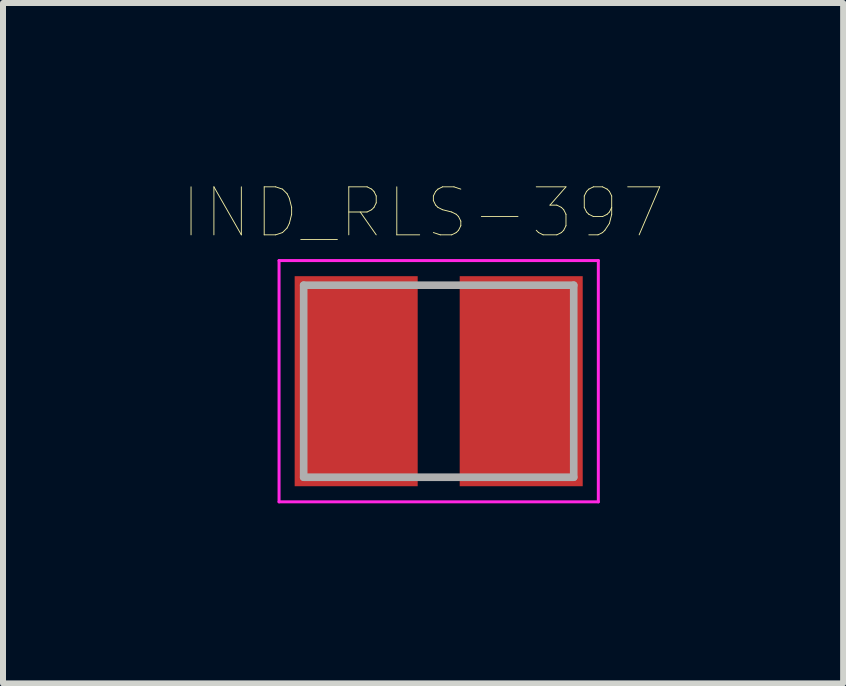
<source format=kicad_pcb>
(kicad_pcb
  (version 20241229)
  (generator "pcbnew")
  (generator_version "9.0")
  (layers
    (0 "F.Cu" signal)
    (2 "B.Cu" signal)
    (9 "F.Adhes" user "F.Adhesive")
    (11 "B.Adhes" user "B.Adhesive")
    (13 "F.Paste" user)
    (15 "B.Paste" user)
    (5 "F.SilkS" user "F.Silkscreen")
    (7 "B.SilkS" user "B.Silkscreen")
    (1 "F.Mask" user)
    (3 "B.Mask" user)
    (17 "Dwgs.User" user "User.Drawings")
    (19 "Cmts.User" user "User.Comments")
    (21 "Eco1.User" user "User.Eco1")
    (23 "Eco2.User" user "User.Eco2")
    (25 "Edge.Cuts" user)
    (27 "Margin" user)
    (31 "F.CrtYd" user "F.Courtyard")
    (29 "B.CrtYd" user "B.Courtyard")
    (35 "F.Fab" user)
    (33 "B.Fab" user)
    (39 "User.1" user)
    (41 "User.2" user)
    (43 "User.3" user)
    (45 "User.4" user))
  (footprint "IND_RLS-397"
    (layer "F.Cu")
    (at 4.26 3.302)
    (property "Reference" "IND_RLS-397" (at -0.26 -2.808 0) (layer "F.SilkS") (effects (font (size 0.8 0.8) (thickness 0.015))))
    (attr through_hole)
    (fp_line (start -2.66 -2.01) (end 2.66 -2.01) (stroke (width 0.05) (type solid)) (layer "F.CrtYd"))
    (fp_line (start -2.66 2.01) (end -2.66 -2.01) (stroke (width 0.05) (type solid)) (layer "F.CrtYd"))
    (fp_line (start 2.66 -2.01) (end 2.66 2.01) (stroke (width 0.05) (type solid)) (layer "F.CrtYd"))
    (fp_line (start 2.66 2.01) (end -2.66 2.01) (stroke (width 0.05) (type solid)) (layer "F.CrtYd"))
    (fp_line (start -2.25 -1.6) (end 2.25 -1.6) (stroke (width 0.127) (type solid)) (layer "F.Fab"))
    (fp_line (start -2.25 1.6) (end -2.25 -1.6) (stroke (width 0.127) (type solid)) (layer "F.Fab"))
    (fp_line (start 2.25 -1.6) (end 2.25 1.6) (stroke (width 0.127) (type solid)) (layer "F.Fab"))
    (fp_line (start 2.25 1.6) (end -2.25 1.6) (stroke (width 0.127) (type solid)) (layer "F.Fab"))
    (pad "1" smd rect (at -1.375 0) (size 2.05 3.5) (layers "F.Cu" "F.Mask" "F.Paste"))
    (pad "2" smd rect (at 1.375 0) (size 2.05 3.5) (layers "F.Cu" "F.Mask" "F.Paste")))
  (gr_rect
    (start -3 -3)
    (end 10.999 8.337)
    (stroke (width 0.1) (type default))
    (fill no)
    (layer "Edge.Cuts")))
</source>
